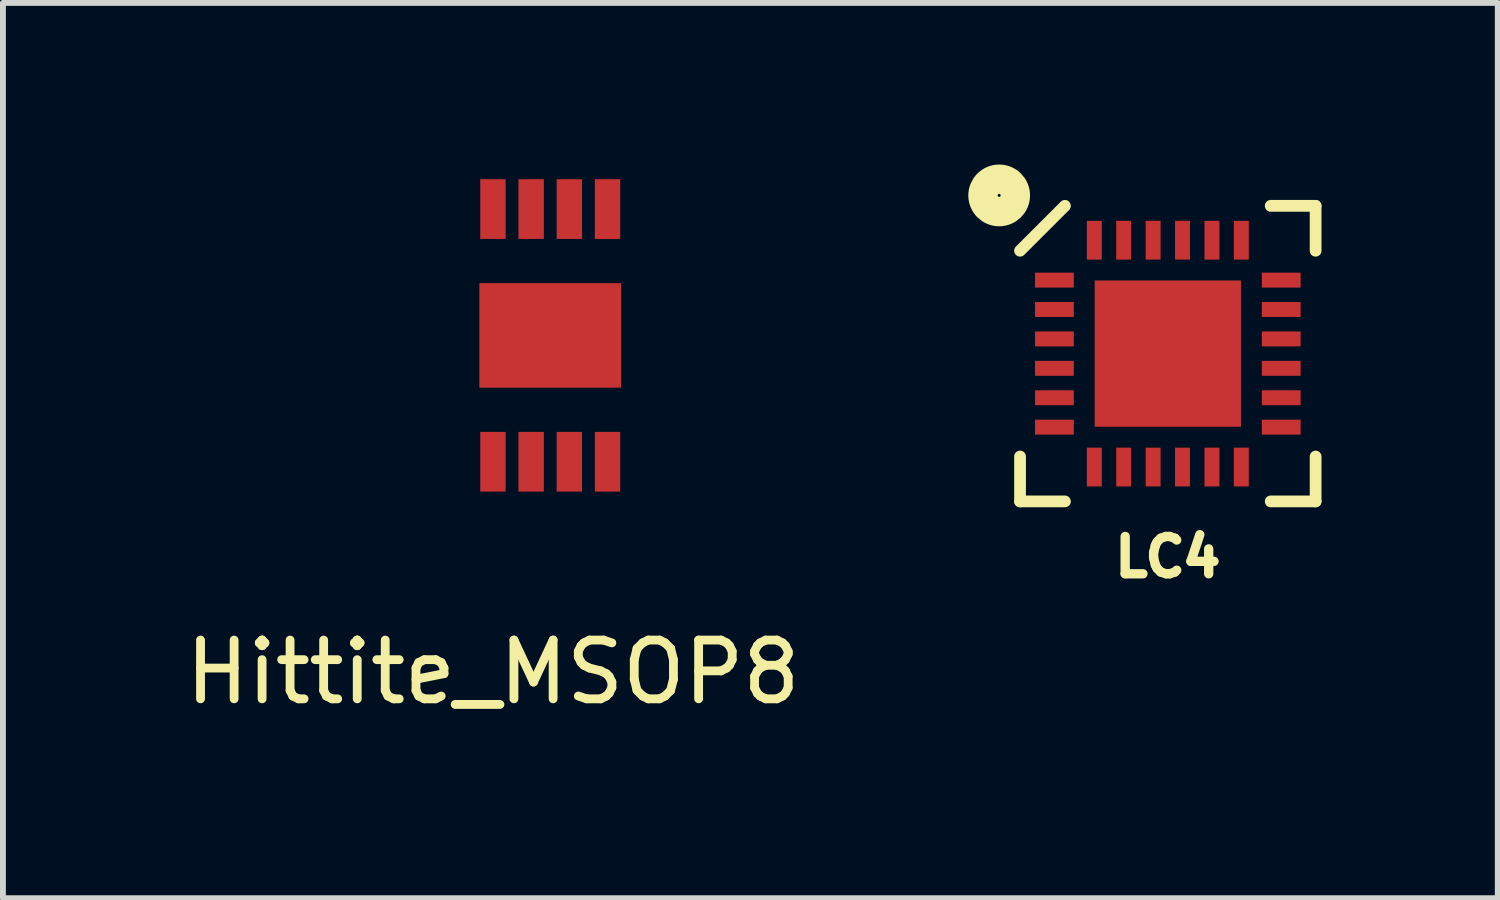
<source format=kicad_pcb>
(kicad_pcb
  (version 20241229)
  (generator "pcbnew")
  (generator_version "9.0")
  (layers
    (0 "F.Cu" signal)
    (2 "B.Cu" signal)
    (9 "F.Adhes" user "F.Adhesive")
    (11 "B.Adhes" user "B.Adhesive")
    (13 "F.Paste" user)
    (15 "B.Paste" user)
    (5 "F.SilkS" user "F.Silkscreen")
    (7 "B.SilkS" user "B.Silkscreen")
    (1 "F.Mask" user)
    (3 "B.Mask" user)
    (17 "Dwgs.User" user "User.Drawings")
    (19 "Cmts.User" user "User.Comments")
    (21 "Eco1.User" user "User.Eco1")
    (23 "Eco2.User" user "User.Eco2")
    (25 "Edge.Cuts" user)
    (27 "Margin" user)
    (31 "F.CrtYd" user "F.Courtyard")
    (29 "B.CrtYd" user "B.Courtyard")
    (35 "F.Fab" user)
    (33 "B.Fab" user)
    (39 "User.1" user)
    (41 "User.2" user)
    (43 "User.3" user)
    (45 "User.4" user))
  (footprint "Hittite_MSOP8"
    (layer "F.Cu")
    (at 5.339 0.508)
    (property "Reference" "Hittite_MSOP8" (at 0 7.88 0) (layer "F.SilkS") (effects (font (size 1 1) (thickness 0.15))))
    (attr through_hole)
    (pad "1" smd rect (at 0 4.3) (size 0.432 1.016) (layers "F.Cu" "F.Mask" "F.Paste"))
    (pad "2" smd rect (at 0.65 4.3) (size 0.432 1.016) (layers "F.Cu" "F.Mask" "F.Paste"))
    (pad "3" smd rect (at 1.3 4.3) (size 0.432 1.016) (layers "F.Cu" "F.Mask" "F.Paste"))
    (pad "4" smd rect (at 1.95 4.3) (size 0.432 1.016) (layers "F.Cu" "F.Mask" "F.Paste"))
    (pad "5" smd rect (at 1.95 0) (size 0.432 1.016) (layers "F.Cu" "F.Mask" "F.Paste"))
    (pad "6" smd rect (at 1.3 0) (size 0.432 1.016) (layers "F.Cu" "F.Mask" "F.Paste"))
    (pad "7" smd rect (at 0.65 0) (size 0.432 1.016) (layers "F.Cu" "F.Mask" "F.Paste"))
    (pad "8" smd rect (at 0 0) (size 0.432 1.016) (layers "F.Cu" "F.Mask" "F.Paste"))
    (pad "9" smd rect (at 0.975 2.15) (size 2.413 1.778) (layers "F.Cu" "F.Mask" "F.Paste")))
  (footprint "LC4"
    (layer "F.Cu")
    (at 16.824 2.968)
    (property "Reference" "LC4" (at 0 3.461 0) (layer "F.SilkS") (effects (font (size 0.635 0.635) (thickness 0.159))))
    (attr through_hole)
    (fp_line (start -2.515 -1.751) (end -1.751 -2.515) (stroke (width 0.2) (type solid)) (layer "F.SilkS"))
    (fp_line (start -2.515 2.515) (end -2.515 1.751) (stroke (width 0.2) (type solid)) (layer "F.SilkS"))
    (fp_line (start -1.751 2.515) (end -2.515 2.515) (stroke (width 0.2) (type solid)) (layer "F.SilkS"))
    (fp_line (start 1.751 -2.515) (end 2.515 -2.515) (stroke (width 0.2) (type solid)) (layer "F.SilkS"))
    (fp_line (start 1.751 2.515) (end 2.515 2.515) (stroke (width 0.2) (type solid)) (layer "F.SilkS"))
    (fp_line (start 2.515 -2.515) (end 2.515 -1.751) (stroke (width 0.2) (type solid)) (layer "F.SilkS"))
    (fp_line (start 2.515 2.515) (end 2.515 1.751) (stroke (width 0.2) (type solid)) (layer "F.SilkS"))
    (fp_arc (start -2.8448 -2.6924) (mid -2.8956 -2.6924) (end -2.8448 -2.6924) (stroke (width 0.5) (type solid)) (layer "F.SilkS"))
    (pad "1" smd rect (at -1.93 -1.251) (size 0.66 0.254) (layers "F.Cu" "F.Mask" "F.Paste"))
    (pad "2" smd rect (at -1.93 -0.751) (size 0.66 0.254) (layers "F.Cu" "F.Mask" "F.Paste"))
    (pad "3" smd rect (at -1.93 -0.25) (size 0.66 0.254) (layers "F.Cu" "F.Mask" "F.Paste"))
    (pad "4" smd rect (at -1.93 0.25) (size 0.66 0.254) (layers "F.Cu" "F.Mask" "F.Paste"))
    (pad "5" smd rect (at -1.93 0.751) (size 0.66 0.254) (layers "F.Cu" "F.Mask" "F.Paste"))
    (pad "6" smd rect (at -1.93 1.251) (size 0.66 0.254) (layers "F.Cu" "F.Mask" "F.Paste"))
    (pad "7" smd rect (at -1.251 1.93) (size 0.254 0.66) (layers "F.Cu" "F.Mask" "F.Paste"))
    (pad "8" smd rect (at -0.751 1.93) (size 0.254 0.66) (layers "F.Cu" "F.Mask" "F.Paste"))
    (pad "9" smd rect (at -0.25 1.93) (size 0.254 0.66) (layers "F.Cu" "F.Mask" "F.Paste"))
    (pad "10" smd rect (at 0.25 1.93) (size 0.254 0.66) (layers "F.Cu" "F.Mask" "F.Paste"))
    (pad "11" smd rect (at 0.751 1.93) (size 0.254 0.66) (layers "F.Cu" "F.Mask" "F.Paste"))
    (pad "12" smd rect (at 1.251 1.93) (size 0.254 0.66) (layers "F.Cu" "F.Mask" "F.Paste"))
    (pad "13" smd rect (at 1.93 1.251) (size 0.66 0.254) (layers "F.Cu" "F.Mask" "F.Paste"))
    (pad "14" smd rect (at 1.93 0.751) (size 0.66 0.254) (layers "F.Cu" "F.Mask" "F.Paste"))
    (pad "15" smd rect (at 1.93 0.25) (size 0.66 0.254) (layers "F.Cu" "F.Mask" "F.Paste"))
    (pad "16" smd rect (at 1.93 -0.25) (size 0.66 0.254) (layers "F.Cu" "F.Mask" "F.Paste"))
    (pad "17" smd rect (at 1.93 -0.751) (size 0.66 0.254) (layers "F.Cu" "F.Mask" "F.Paste"))
    (pad "18" smd rect (at 1.93 -1.251) (size 0.66 0.254) (layers "F.Cu" "F.Mask" "F.Paste"))
    (pad "19" smd rect (at 1.251 -1.93) (size 0.254 0.66) (layers "F.Cu" "F.Mask" "F.Paste"))
    (pad "20" smd rect (at 0.751 -1.93) (size 0.254 0.66) (layers "F.Cu" "F.Mask" "F.Paste"))
    (pad "21" smd rect (at 0.25 -1.93) (size 0.254 0.66) (layers "F.Cu" "F.Mask" "F.Paste"))
    (pad "22" smd rect (at -0.25 -1.93) (size 0.254 0.66) (layers "F.Cu" "F.Mask" "F.Paste"))
    (pad "23" smd rect (at -0.751 -1.93) (size 0.254 0.66) (layers "F.Cu" "F.Mask" "F.Paste"))
    (pad "24" smd rect (at -1.251 -1.93) (size 0.254 0.66) (layers "F.Cu" "F.Mask" "F.Paste"))
    (pad "25" smd rect (at 0 0) (size 2.489 2.489) (layers "F.Cu" "F.Mask" "F.Paste")))
  (gr_rect
    (start -3 -3)
    (end 22.439 12.236)
    (stroke (width 0.1) (type default))
    (fill no)
    (layer "Edge.Cuts")))
</source>
